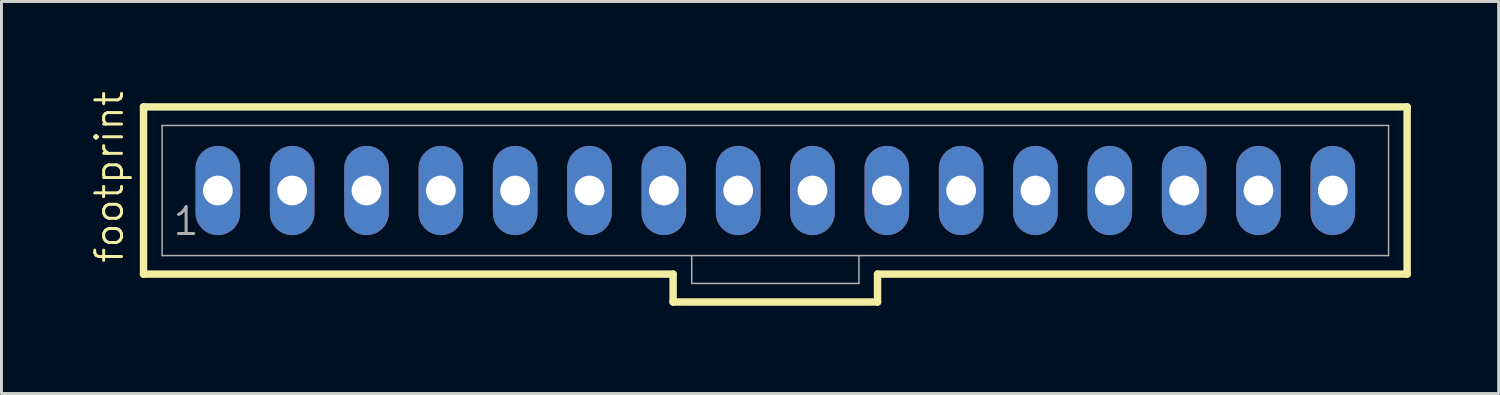
<source format=kicad_pcb>
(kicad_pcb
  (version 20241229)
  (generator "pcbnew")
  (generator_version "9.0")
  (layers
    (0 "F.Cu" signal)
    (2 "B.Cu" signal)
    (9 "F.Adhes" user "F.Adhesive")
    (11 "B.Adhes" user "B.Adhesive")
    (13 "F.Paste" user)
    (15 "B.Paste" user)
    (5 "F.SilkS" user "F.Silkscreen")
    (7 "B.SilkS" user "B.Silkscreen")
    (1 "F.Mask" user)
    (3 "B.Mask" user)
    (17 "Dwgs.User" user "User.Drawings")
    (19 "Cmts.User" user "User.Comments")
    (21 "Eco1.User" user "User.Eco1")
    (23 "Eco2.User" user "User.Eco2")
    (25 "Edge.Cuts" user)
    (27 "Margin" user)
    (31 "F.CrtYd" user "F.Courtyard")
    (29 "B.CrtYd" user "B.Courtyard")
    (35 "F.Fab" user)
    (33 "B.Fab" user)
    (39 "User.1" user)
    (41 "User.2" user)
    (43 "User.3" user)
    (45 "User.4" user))
  (footprint "footprint"
    (layer "F.Cu")
    (at 23.444 3.46)
    (property "Reference" "footprint" (at -22.225 2.54 90) (layer "F.SilkS") (effects (font (size 0.914 0.914) (thickness 0.102)) (justify left bottom)))
    (fp_line (start -21.59 -2.857) (end -21.59 2.857) (stroke (width 0.254) (type solid)) (layer "F.SilkS"))
    (fp_line (start -21.59 2.857) (end -3.493 2.857) (stroke (width 0.254) (type solid)) (layer "F.SilkS"))
    (fp_line (start -3.493 2.857) (end -3.493 3.81) (stroke (width 0.254) (type solid)) (layer "F.SilkS"))
    (fp_line (start -3.493 3.81) (end 3.493 3.81) (stroke (width 0.254) (type solid)) (layer "F.SilkS"))
    (fp_line (start 3.493 2.857) (end 21.59 2.857) (stroke (width 0.254) (type solid)) (layer "F.SilkS"))
    (fp_line (start 3.493 3.81) (end 3.493 2.857) (stroke (width 0.254) (type solid)) (layer "F.SilkS"))
    (fp_line (start 21.59 -2.857) (end -21.59 -2.857) (stroke (width 0.254) (type solid)) (layer "F.SilkS"))
    (fp_line (start 21.59 2.857) (end 21.59 -2.857) (stroke (width 0.254) (type solid)) (layer "F.SilkS"))
    (fp_line (start -20.955 -2.223) (end -20.955 2.223) (stroke (width 0.051) (type solid)) (layer "F.Fab"))
    (fp_line (start -20.955 -2.223) (end 20.955 -2.223) (stroke (width 0.051) (type solid)) (layer "F.Fab"))
    (fp_line (start -20.955 2.223) (end -2.857 2.223) (stroke (width 0.051) (type solid)) (layer "F.Fab"))
    (fp_line (start -2.857 2.223) (end -2.857 3.175) (stroke (width 0.051) (type solid)) (layer "F.Fab"))
    (fp_line (start -2.857 2.223) (end 2.857 2.223) (stroke (width 0.051) (type solid)) (layer "F.Fab"))
    (fp_line (start 2.857 2.223) (end 2.857 3.175) (stroke (width 0.051) (type solid)) (layer "F.Fab"))
    (fp_line (start 2.857 2.223) (end 20.955 2.223) (stroke (width 0.051) (type solid)) (layer "F.Fab"))
    (fp_line (start 2.857 3.175) (end -2.857 3.175) (stroke (width 0.051) (type solid)) (layer "F.Fab"))
    (fp_line (start 20.955 -2.223) (end 20.955 2.223) (stroke (width 0.051) (type solid)) (layer "F.Fab"))
    (fp_poly (pts (xy -19.288 0.238) (xy -18.812 0.238) (xy -18.812 -0.238) (xy -19.288 -0.238)) (stroke (width 0.1) (type solid)) (fill no) (layer "F.Fab"))
    (fp_poly (pts (xy -16.748 0.238) (xy -16.272 0.238) (xy -16.272 -0.238) (xy -16.748 -0.238)) (stroke (width 0.1) (type solid)) (fill no) (layer "F.Fab"))
    (fp_poly (pts (xy -14.208 0.238) (xy -13.732 0.238) (xy -13.732 -0.238) (xy -14.208 -0.238)) (stroke (width 0.1) (type solid)) (fill no) (layer "F.Fab"))
    (fp_poly (pts (xy -11.668 0.238) (xy -11.192 0.238) (xy -11.192 -0.238) (xy -11.668 -0.238)) (stroke (width 0.1) (type solid)) (fill no) (layer "F.Fab"))
    (fp_poly (pts (xy -9.128 0.238) (xy -8.652 0.238) (xy -8.652 -0.238) (xy -9.128 -0.238)) (stroke (width 0.1) (type solid)) (fill no) (layer "F.Fab"))
    (fp_poly (pts (xy -6.588 0.238) (xy -6.112 0.238) (xy -6.112 -0.238) (xy -6.588 -0.238)) (stroke (width 0.1) (type solid)) (fill no) (layer "F.Fab"))
    (fp_poly (pts (xy -4.048 0.238) (xy -3.572 0.238) (xy -3.572 -0.238) (xy -4.048 -0.238)) (stroke (width 0.1) (type solid)) (fill no) (layer "F.Fab"))
    (fp_poly (pts (xy -1.508 0.238) (xy -1.032 0.238) (xy -1.032 -0.238) (xy -1.508 -0.238)) (stroke (width 0.1) (type solid)) (fill no) (layer "F.Fab"))
    (fp_poly (pts (xy 1.032 0.238) (xy 1.508 0.238) (xy 1.508 -0.238) (xy 1.032 -0.238)) (stroke (width 0.1) (type solid)) (fill no) (layer "F.Fab"))
    (fp_poly (pts (xy 3.572 0.238) (xy 4.048 0.238) (xy 4.048 -0.238) (xy 3.572 -0.238)) (stroke (width 0.1) (type solid)) (fill no) (layer "F.Fab"))
    (fp_poly (pts (xy 6.112 0.238) (xy 6.588 0.238) (xy 6.588 -0.238) (xy 6.112 -0.238)) (stroke (width 0.1) (type solid)) (fill no) (layer "F.Fab"))
    (fp_poly (pts (xy 8.652 0.238) (xy 9.128 0.238) (xy 9.128 -0.238) (xy 8.652 -0.238)) (stroke (width 0.1) (type solid)) (fill no) (layer "F.Fab"))
    (fp_poly (pts (xy 11.192 0.238) (xy 11.668 0.238) (xy 11.668 -0.238) (xy 11.192 -0.238)) (stroke (width 0.1) (type solid)) (fill no) (layer "F.Fab"))
    (fp_poly (pts (xy 13.732 0.238) (xy 14.208 0.238) (xy 14.208 -0.238) (xy 13.732 -0.238)) (stroke (width 0.1) (type solid)) (fill no) (layer "F.Fab"))
    (fp_poly (pts (xy 16.272 0.238) (xy 16.748 0.238) (xy 16.748 -0.238) (xy 16.272 -0.238)) (stroke (width 0.1) (type solid)) (fill no) (layer "F.Fab"))
    (fp_poly (pts (xy 18.812 0.238) (xy 19.288 0.238) (xy 19.288 -0.238) (xy 18.812 -0.238)) (stroke (width 0.1) (type solid)) (fill no) (layer "F.Fab"))
    (fp_text user "1" (at -20.637 1.587 0) (layer "F.Fab") (effects (font (size 0.914 0.914) (thickness 0.102)) (justify left bottom)))
    (pad "1" thru_hole oval (at -19.05 0 90) (size 3.048 1.524) (drill 1.016) (layers "*.Cu" "*.Mask"))
    (pad "2" thru_hole oval (at -16.51 0 90) (size 3.048 1.524) (drill 1.016) (layers "*.Cu" "*.Mask"))
    (pad "3" thru_hole oval (at -13.97 0 90) (size 3.048 1.524) (drill 1.016) (layers "*.Cu" "*.Mask"))
    (pad "4" thru_hole oval (at -11.43 0 90) (size 3.048 1.524) (drill 1.016) (layers "*.Cu" "*.Mask"))
    (pad "5" thru_hole oval (at -8.89 0 90) (size 3.048 1.524) (drill 1.016) (layers "*.Cu" "*.Mask"))
    (pad "6" thru_hole oval (at -6.35 0 90) (size 3.048 1.524) (drill 1.016) (layers "*.Cu" "*.Mask"))
    (pad "7" thru_hole oval (at -3.81 0 90) (size 3.048 1.524) (drill 1.016) (layers "*.Cu" "*.Mask"))
    (pad "8" thru_hole oval (at -1.27 0 90) (size 3.048 1.524) (drill 1.016) (layers "*.Cu" "*.Mask"))
    (pad "9" thru_hole oval (at 1.27 0 90) (size 3.048 1.524) (drill 1.016) (layers "*.Cu" "*.Mask"))
    (pad "10" thru_hole oval (at 3.81 0 90) (size 3.048 1.524) (drill 1.016) (layers "*.Cu" "*.Mask"))
    (pad "11" thru_hole oval (at 6.35 0 90) (size 3.048 1.524) (drill 1.016) (layers "*.Cu" "*.Mask"))
    (pad "12" thru_hole oval (at 8.89 0 90) (size 3.048 1.524) (drill 1.016) (layers "*.Cu" "*.Mask"))
    (pad "13" thru_hole oval (at 11.43 0 90) (size 3.048 1.524) (drill 1.016) (layers "*.Cu" "*.Mask"))
    (pad "14" thru_hole oval (at 13.97 0 90) (size 3.048 1.524) (drill 1.016) (layers "*.Cu" "*.Mask"))
    (pad "15" thru_hole oval (at 16.51 0 90) (size 3.048 1.524) (drill 1.016) (layers "*.Cu" "*.Mask"))
    (pad "16" thru_hole oval (at 19.05 0 90) (size 3.048 1.524) (drill 1.016) (layers "*.Cu" "*.Mask")))
  (gr_rect
    (start -3 -3)
    (end 48.161 10.397)
    (stroke (width 0.1) (type default))
    (fill no)
    (layer "Edge.Cuts")))
</source>
